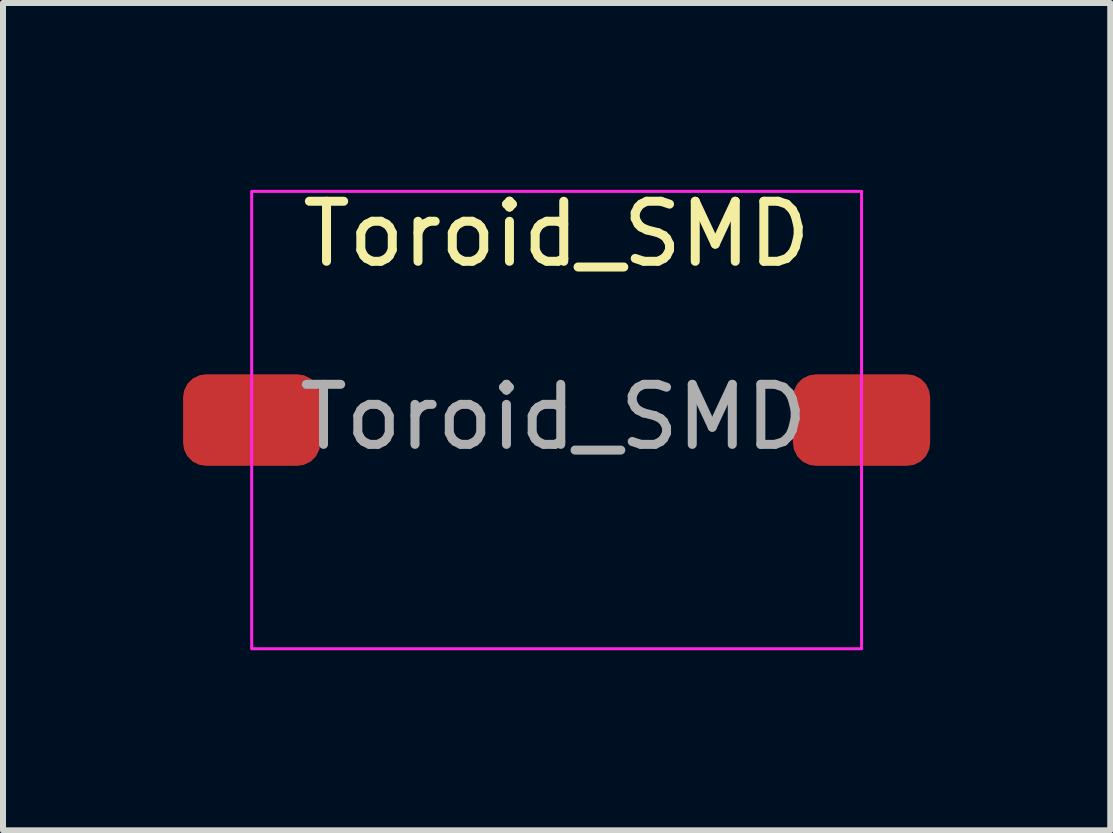
<source format=kicad_pcb>
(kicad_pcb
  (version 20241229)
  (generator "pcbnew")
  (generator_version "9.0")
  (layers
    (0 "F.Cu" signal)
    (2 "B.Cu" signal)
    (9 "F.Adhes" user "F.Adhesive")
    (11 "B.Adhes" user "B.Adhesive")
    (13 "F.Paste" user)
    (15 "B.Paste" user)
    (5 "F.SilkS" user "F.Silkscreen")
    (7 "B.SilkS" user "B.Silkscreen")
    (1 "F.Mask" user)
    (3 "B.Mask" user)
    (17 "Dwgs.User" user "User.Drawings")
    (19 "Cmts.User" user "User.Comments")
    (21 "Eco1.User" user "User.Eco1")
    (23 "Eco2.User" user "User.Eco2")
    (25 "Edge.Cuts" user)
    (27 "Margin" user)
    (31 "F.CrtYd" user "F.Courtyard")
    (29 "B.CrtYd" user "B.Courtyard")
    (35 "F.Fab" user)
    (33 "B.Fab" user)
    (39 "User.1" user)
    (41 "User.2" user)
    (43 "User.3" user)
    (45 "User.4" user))
  (footprint "Toroid_SMD"
    (layer "F.Cu")
    (at 6.223 3.948)
    (property "Reference" "Toroid_SMD" (at 0 -3.1 0) (unlocked yes) (layer "F.SilkS") (effects (font (size 1 1) (thickness 0.15))))
    (attr smd)
    (fp_rect (start -5.08 -3.81) (end 5.08 3.81) (stroke (width 0.05) (type default)) (fill no) (layer "F.CrtYd"))
    (fp_text user "${REFERENCE}" (at -0.05 -0.05 0) (unlocked yes) (layer "F.Fab") (effects (font (size 1 1) (thickness 0.15))))
    (pad "1" smd roundrect (at -5.08 0) (size 2.286 1.524) (layers "F.Cu" "F.Mask" "F.Paste") (roundrect_rratio 0.25))
    (pad "2" smd roundrect (at 5.08 0) (size 2.286 1.524) (layers "F.Cu" "F.Mask" "F.Paste") (roundrect_rratio 0.25))
    (zone (net_name "") (layer "F.Cu") (name "Hysterisis") (hatch edge 0.5) (connect_pads) (min_thickness 0.25) (filled_areas_thickness no) (keepout (tracks not_allowed) (vias not_allowed) (pads not_allowed) (copperpour not_allowed) (footprints allowed)) (placement (enabled no)) (fill) (polygon (pts (xy 2.413 1.408) (xy 10.033 1.408) (xy 10.033 6.488) (xy 2.413 6.488)))))
  (gr_rect
    (start -3 -3)
    (end 15.446 10.783)
    (stroke (width 0.1) (type default))
    (fill no)
    (layer "Edge.Cuts")))
</source>
